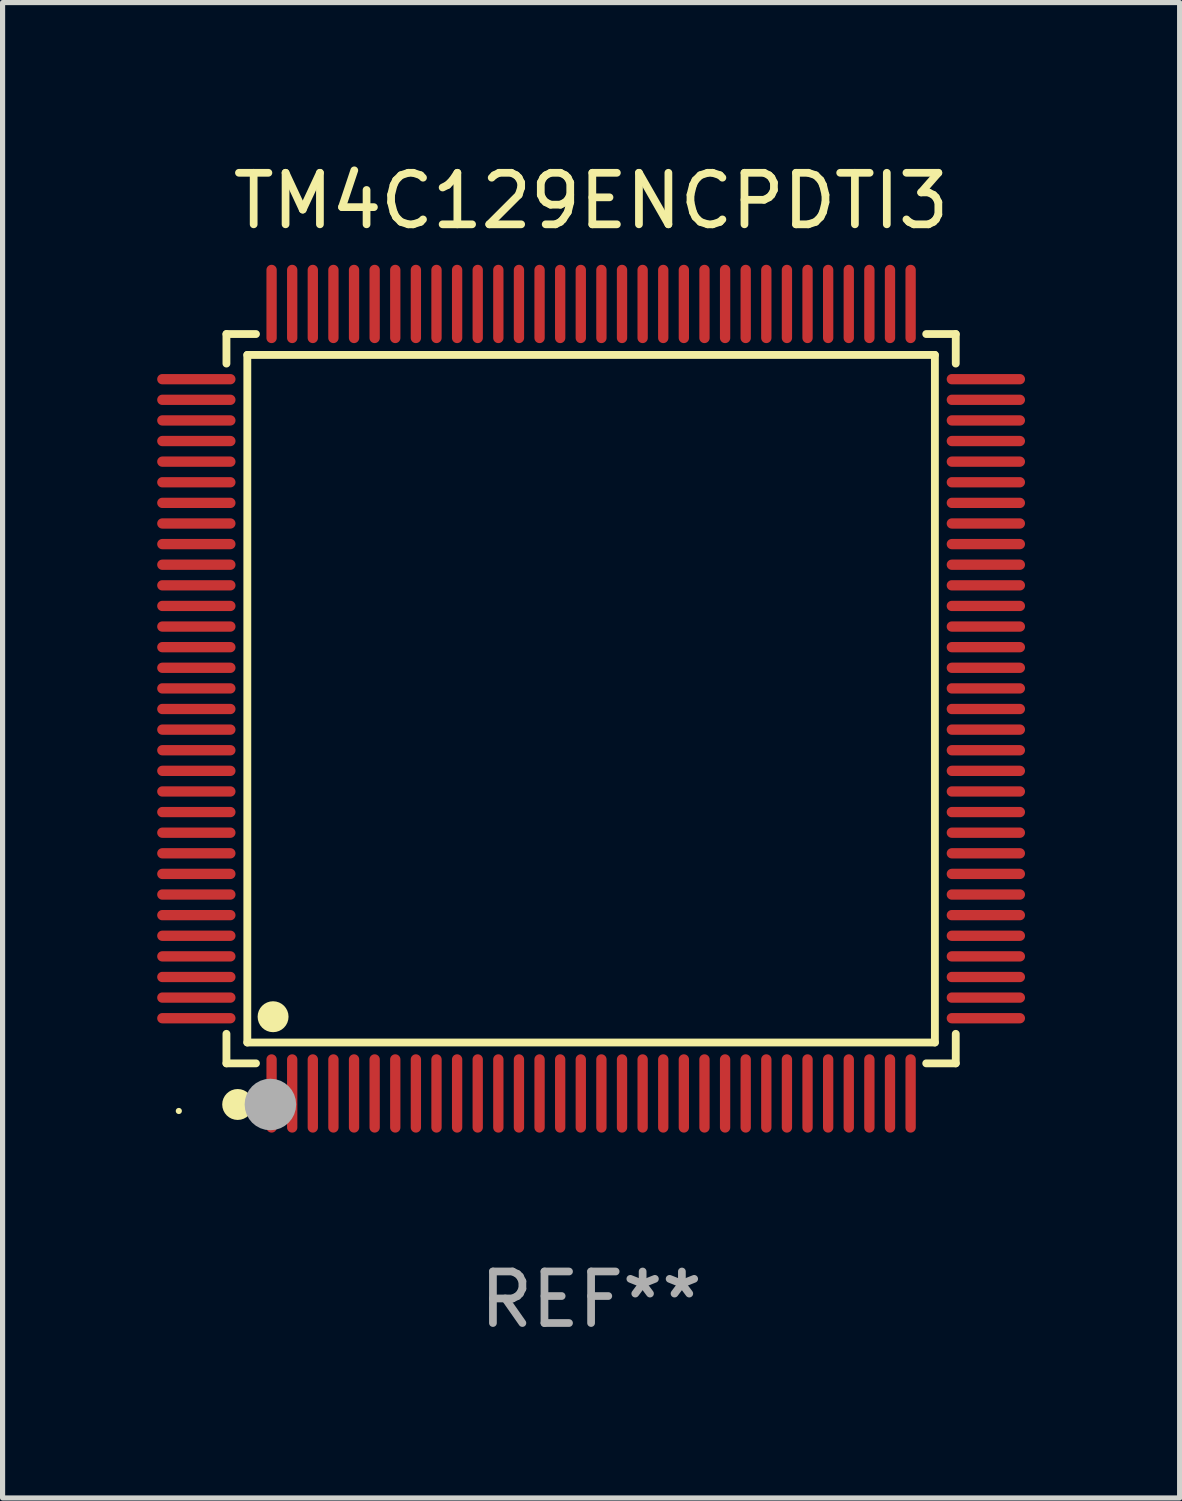
<source format=kicad_pcb>
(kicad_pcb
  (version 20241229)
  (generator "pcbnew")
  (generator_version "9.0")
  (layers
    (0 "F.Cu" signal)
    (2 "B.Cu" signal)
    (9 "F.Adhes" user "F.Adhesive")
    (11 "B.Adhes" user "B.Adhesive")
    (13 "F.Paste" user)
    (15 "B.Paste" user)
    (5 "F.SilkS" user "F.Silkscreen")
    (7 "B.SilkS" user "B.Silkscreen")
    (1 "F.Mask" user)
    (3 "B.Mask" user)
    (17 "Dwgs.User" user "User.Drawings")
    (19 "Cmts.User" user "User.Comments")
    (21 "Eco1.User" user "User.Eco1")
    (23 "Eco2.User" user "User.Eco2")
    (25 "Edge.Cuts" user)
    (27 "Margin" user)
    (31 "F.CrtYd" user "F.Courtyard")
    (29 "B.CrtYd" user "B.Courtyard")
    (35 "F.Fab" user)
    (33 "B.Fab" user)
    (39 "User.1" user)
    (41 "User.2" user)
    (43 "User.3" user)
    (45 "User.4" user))
  (footprint "TM4C129ENCPDTI3"
    (layer "F.Cu")
    (at 8.42 10.508)
    (property "Reference" "TM4C129ENCPDTI3" (at 0 -9.66 0) (layer "F.SilkS") (effects (font (size 1 1) (thickness 0.15))))
    (attr through_hole)
    (fp_line (start -7.076 -7.076) (end -6.503 -7.076) (stroke (width 0.152) (type solid)) (layer "F.SilkS"))
    (fp_line (start -7.076 -6.503) (end -7.076 -7.076) (stroke (width 0.152) (type solid)) (layer "F.SilkS"))
    (fp_line (start -7.076 6.503) (end -7.076 7.076) (stroke (width 0.152) (type solid)) (layer "F.SilkS"))
    (fp_line (start -7.076 7.076) (end -6.503 7.076) (stroke (width 0.152) (type solid)) (layer "F.SilkS"))
    (fp_line (start -6.671 -6.671) (end 6.671 -6.671) (stroke (width 0.152) (type solid)) (layer "F.SilkS"))
    (fp_line (start -6.671 6.671) (end -6.671 -6.671) (stroke (width 0.152) (type solid)) (layer "F.SilkS"))
    (fp_line (start 6.671 -6.671) (end 6.671 6.671) (stroke (width 0.152) (type solid)) (layer "F.SilkS"))
    (fp_line (start 6.671 6.671) (end -6.671 6.671) (stroke (width 0.152) (type solid)) (layer "F.SilkS"))
    (fp_line (start 7.076 -7.076) (end 6.503 -7.076) (stroke (width 0.152) (type solid)) (layer "F.SilkS"))
    (fp_line (start 7.076 -6.503) (end 7.076 -7.076) (stroke (width 0.152) (type solid)) (layer "F.SilkS"))
    (fp_line (start 7.076 6.503) (end 7.076 7.076) (stroke (width 0.152) (type solid)) (layer "F.SilkS"))
    (fp_line (start 7.076 7.076) (end 6.503 7.076) (stroke (width 0.152) (type solid)) (layer "F.SilkS"))
    (fp_circle (center -8 8) (end -7.97 8) (stroke (width 0.06) (type solid)) (fill no) (layer "F.SilkS"))
    (fp_circle (center -6.858 7.874) (end -6.708 7.874) (stroke (width 0.3) (type solid)) (fill no) (layer "F.SilkS"))
    (fp_circle (center -6.171 6.171) (end -6.021 6.171) (stroke (width 0.3) (type solid)) (fill no) (layer "F.SilkS"))
    (fp_circle (center -6.223 7.874) (end -5.973 7.874) (stroke (width 0.5) (type solid)) (fill no) (layer "F.Fab"))
    (fp_text user "REF**" (at 0 11.66 0) (layer "F.Fab") (effects (font (size 1 1) (thickness 0.15))))
    (pad "1" smd oval (at -6.2 7.66) (size 0.2 1.52) (layers "F.Cu" "F.Mask" "F.Paste"))
    (pad "2" smd oval (at -5.8 7.66) (size 0.2 1.52) (layers "F.Cu" "F.Mask" "F.Paste"))
    (pad "3" smd oval (at -5.4 7.66) (size 0.2 1.52) (layers "F.Cu" "F.Mask" "F.Paste"))
    (pad "4" smd oval (at -5 7.66) (size 0.2 1.52) (layers "F.Cu" "F.Mask" "F.Paste"))
    (pad "5" smd oval (at -4.6 7.66) (size 0.2 1.52) (layers "F.Cu" "F.Mask" "F.Paste"))
    (pad "6" smd oval (at -4.2 7.66) (size 0.2 1.52) (layers "F.Cu" "F.Mask" "F.Paste"))
    (pad "7" smd oval (at -3.8 7.66) (size 0.2 1.52) (layers "F.Cu" "F.Mask" "F.Paste"))
    (pad "8" smd oval (at -3.4 7.66) (size 0.2 1.52) (layers "F.Cu" "F.Mask" "F.Paste"))
    (pad "9" smd oval (at -3 7.66) (size 0.2 1.52) (layers "F.Cu" "F.Mask" "F.Paste"))
    (pad "10" smd oval (at -2.6 7.66) (size 0.2 1.52) (layers "F.Cu" "F.Mask" "F.Paste"))
    (pad "11" smd oval (at -2.2 7.66) (size 0.2 1.52) (layers "F.Cu" "F.Mask" "F.Paste"))
    (pad "12" smd oval (at -1.8 7.66) (size 0.2 1.52) (layers "F.Cu" "F.Mask" "F.Paste"))
    (pad "13" smd oval (at -1.4 7.66) (size 0.2 1.52) (layers "F.Cu" "F.Mask" "F.Paste"))
    (pad "14" smd oval (at -1 7.66) (size 0.2 1.52) (layers "F.Cu" "F.Mask" "F.Paste"))
    (pad "15" smd oval (at -0.6 7.66) (size 0.2 1.52) (layers "F.Cu" "F.Mask" "F.Paste"))
    (pad "16" smd oval (at -0.2 7.66) (size 0.2 1.52) (layers "F.Cu" "F.Mask" "F.Paste"))
    (pad "17" smd oval (at 0.2 7.66) (size 0.2 1.52) (layers "F.Cu" "F.Mask" "F.Paste"))
    (pad "18" smd oval (at 0.6 7.66) (size 0.2 1.52) (layers "F.Cu" "F.Mask" "F.Paste"))
    (pad "19" smd oval (at 1 7.66) (size 0.2 1.52) (layers "F.Cu" "F.Mask" "F.Paste"))
    (pad "20" smd oval (at 1.4 7.66) (size 0.2 1.52) (layers "F.Cu" "F.Mask" "F.Paste"))
    (pad "21" smd oval (at 1.8 7.66) (size 0.2 1.52) (layers "F.Cu" "F.Mask" "F.Paste"))
    (pad "22" smd oval (at 2.2 7.66) (size 0.2 1.52) (layers "F.Cu" "F.Mask" "F.Paste"))
    (pad "23" smd oval (at 2.6 7.66) (size 0.2 1.52) (layers "F.Cu" "F.Mask" "F.Paste"))
    (pad "24" smd oval (at 3 7.66) (size 0.2 1.52) (layers "F.Cu" "F.Mask" "F.Paste"))
    (pad "25" smd oval (at 3.4 7.66) (size 0.2 1.52) (layers "F.Cu" "F.Mask" "F.Paste"))
    (pad "26" smd oval (at 3.8 7.66) (size 0.2 1.52) (layers "F.Cu" "F.Mask" "F.Paste"))
    (pad "27" smd oval (at 4.2 7.66) (size 0.2 1.52) (layers "F.Cu" "F.Mask" "F.Paste"))
    (pad "28" smd oval (at 4.6 7.66) (size 0.2 1.52) (layers "F.Cu" "F.Mask" "F.Paste"))
    (pad "29" smd oval (at 5 7.66) (size 0.2 1.52) (layers "F.Cu" "F.Mask" "F.Paste"))
    (pad "30" smd oval (at 5.4 7.66) (size 0.2 1.52) (layers "F.Cu" "F.Mask" "F.Paste"))
    (pad "31" smd oval (at 5.8 7.66) (size 0.2 1.52) (layers "F.Cu" "F.Mask" "F.Paste"))
    (pad "32" smd oval (at 6.2 7.66) (size 0.2 1.52) (layers "F.Cu" "F.Mask" "F.Paste"))
    (pad "33" smd oval (at 7.66 6.2) (size 1.52 0.2) (layers "F.Cu" "F.Mask" "F.Paste"))
    (pad "34" smd oval (at 7.66 5.8) (size 1.52 0.2) (layers "F.Cu" "F.Mask" "F.Paste"))
    (pad "35" smd oval (at 7.66 5.4) (size 1.52 0.2) (layers "F.Cu" "F.Mask" "F.Paste"))
    (pad "36" smd oval (at 7.66 5) (size 1.52 0.2) (layers "F.Cu" "F.Mask" "F.Paste"))
    (pad "37" smd oval (at 7.66 4.6) (size 1.52 0.2) (layers "F.Cu" "F.Mask" "F.Paste"))
    (pad "38" smd oval (at 7.66 4.2) (size 1.52 0.2) (layers "F.Cu" "F.Mask" "F.Paste"))
    (pad "39" smd oval (at 7.66 3.8) (size 1.52 0.2) (layers "F.Cu" "F.Mask" "F.Paste"))
    (pad "40" smd oval (at 7.66 3.4) (size 1.52 0.2) (layers "F.Cu" "F.Mask" "F.Paste"))
    (pad "41" smd oval (at 7.66 3) (size 1.52 0.2) (layers "F.Cu" "F.Mask" "F.Paste"))
    (pad "42" smd oval (at 7.66 2.6) (size 1.52 0.2) (layers "F.Cu" "F.Mask" "F.Paste"))
    (pad "43" smd oval (at 7.66 2.2) (size 1.52 0.2) (layers "F.Cu" "F.Mask" "F.Paste"))
    (pad "44" smd oval (at 7.66 1.8) (size 1.52 0.2) (layers "F.Cu" "F.Mask" "F.Paste"))
    (pad "45" smd oval (at 7.66 1.4) (size 1.52 0.2) (layers "F.Cu" "F.Mask" "F.Paste"))
    (pad "46" smd oval (at 7.66 1) (size 1.52 0.2) (layers "F.Cu" "F.Mask" "F.Paste"))
    (pad "47" smd oval (at 7.66 0.6) (size 1.52 0.2) (layers "F.Cu" "F.Mask" "F.Paste"))
    (pad "48" smd oval (at 7.66 0.2) (size 1.52 0.2) (layers "F.Cu" "F.Mask" "F.Paste"))
    (pad "49" smd oval (at 7.66 -0.2) (size 1.52 0.2) (layers "F.Cu" "F.Mask" "F.Paste"))
    (pad "50" smd oval (at 7.66 -0.6) (size 1.52 0.2) (layers "F.Cu" "F.Mask" "F.Paste"))
    (pad "51" smd oval (at 7.66 -1) (size 1.52 0.2) (layers "F.Cu" "F.Mask" "F.Paste"))
    (pad "52" smd oval (at 7.66 -1.4) (size 1.52 0.2) (layers "F.Cu" "F.Mask" "F.Paste"))
    (pad "53" smd oval (at 7.66 -1.8) (size 1.52 0.2) (layers "F.Cu" "F.Mask" "F.Paste"))
    (pad "54" smd oval (at 7.66 -2.2) (size 1.52 0.2) (layers "F.Cu" "F.Mask" "F.Paste"))
    (pad "55" smd oval (at 7.66 -2.6) (size 1.52 0.2) (layers "F.Cu" "F.Mask" "F.Paste"))
    (pad "56" smd oval (at 7.66 -3) (size 1.52 0.2) (layers "F.Cu" "F.Mask" "F.Paste"))
    (pad "57" smd oval (at 7.66 -3.4) (size 1.52 0.2) (layers "F.Cu" "F.Mask" "F.Paste"))
    (pad "58" smd oval (at 7.66 -3.8) (size 1.52 0.2) (layers "F.Cu" "F.Mask" "F.Paste"))
    (pad "59" smd oval (at 7.66 -4.2) (size 1.52 0.2) (layers "F.Cu" "F.Mask" "F.Paste"))
    (pad "60" smd oval (at 7.66 -4.6) (size 1.52 0.2) (layers "F.Cu" "F.Mask" "F.Paste"))
    (pad "61" smd oval (at 7.66 -5) (size 1.52 0.2) (layers "F.Cu" "F.Mask" "F.Paste"))
    (pad "62" smd oval (at 7.66 -5.4) (size 1.52 0.2) (layers "F.Cu" "F.Mask" "F.Paste"))
    (pad "63" smd oval (at 7.66 -5.8) (size 1.52 0.2) (layers "F.Cu" "F.Mask" "F.Paste"))
    (pad "64" smd oval (at 7.66 -6.2) (size 1.52 0.2) (layers "F.Cu" "F.Mask" "F.Paste"))
    (pad "65" smd oval (at 6.2 -7.66) (size 0.2 1.52) (layers "F.Cu" "F.Mask" "F.Paste"))
    (pad "66" smd oval (at 5.8 -7.66) (size 0.2 1.52) (layers "F.Cu" "F.Mask" "F.Paste"))
    (pad "67" smd oval (at 5.4 -7.66) (size 0.2 1.52) (layers "F.Cu" "F.Mask" "F.Paste"))
    (pad "68" smd oval (at 5 -7.66) (size 0.2 1.52) (layers "F.Cu" "F.Mask" "F.Paste"))
    (pad "69" smd oval (at 4.6 -7.66) (size 0.2 1.52) (layers "F.Cu" "F.Mask" "F.Paste"))
    (pad "70" smd oval (at 4.2 -7.66) (size 0.2 1.52) (layers "F.Cu" "F.Mask" "F.Paste"))
    (pad "71" smd oval (at 3.8 -7.66) (size 0.2 1.52) (layers "F.Cu" "F.Mask" "F.Paste"))
    (pad "72" smd oval (at 3.4 -7.66) (size 0.2 1.52) (layers "F.Cu" "F.Mask" "F.Paste"))
    (pad "73" smd oval (at 3 -7.66) (size 0.2 1.52) (layers "F.Cu" "F.Mask" "F.Paste"))
    (pad "74" smd oval (at 2.6 -7.66) (size 0.2 1.52) (layers "F.Cu" "F.Mask" "F.Paste"))
    (pad "75" smd oval (at 2.2 -7.66) (size 0.2 1.52) (layers "F.Cu" "F.Mask" "F.Paste"))
    (pad "76" smd oval (at 1.8 -7.66) (size 0.2 1.52) (layers "F.Cu" "F.Mask" "F.Paste"))
    (pad "77" smd oval (at 1.4 -7.66) (size 0.2 1.52) (layers "F.Cu" "F.Mask" "F.Paste"))
    (pad "78" smd oval (at 1 -7.66) (size 0.2 1.52) (layers "F.Cu" "F.Mask" "F.Paste"))
    (pad "79" smd oval (at 0.6 -7.66) (size 0.2 1.52) (layers "F.Cu" "F.Mask" "F.Paste"))
    (pad "80" smd oval (at 0.2 -7.66) (size 0.2 1.52) (layers "F.Cu" "F.Mask" "F.Paste"))
    (pad "81" smd oval (at -0.2 -7.66) (size 0.2 1.52) (layers "F.Cu" "F.Mask" "F.Paste"))
    (pad "82" smd oval (at -0.6 -7.66) (size 0.2 1.52) (layers "F.Cu" "F.Mask" "F.Paste"))
    (pad "83" smd oval (at -1 -7.66) (size 0.2 1.52) (layers "F.Cu" "F.Mask" "F.Paste"))
    (pad "84" smd oval (at -1.4 -7.66) (size 0.2 1.52) (layers "F.Cu" "F.Mask" "F.Paste"))
    (pad "85" smd oval (at -1.8 -7.66) (size 0.2 1.52) (layers "F.Cu" "F.Mask" "F.Paste"))
    (pad "86" smd oval (at -2.2 -7.66) (size 0.2 1.52) (layers "F.Cu" "F.Mask" "F.Paste"))
    (pad "87" smd oval (at -2.6 -7.66) (size 0.2 1.52) (layers "F.Cu" "F.Mask" "F.Paste"))
    (pad "88" smd oval (at -3 -7.66) (size 0.2 1.52) (layers "F.Cu" "F.Mask" "F.Paste"))
    (pad "89" smd oval (at -3.4 -7.66) (size 0.2 1.52) (layers "F.Cu" "F.Mask" "F.Paste"))
    (pad "90" smd oval (at -3.8 -7.66) (size 0.2 1.52) (layers "F.Cu" "F.Mask" "F.Paste"))
    (pad "91" smd oval (at -4.2 -7.66) (size 0.2 1.52) (layers "F.Cu" "F.Mask" "F.Paste"))
    (pad "92" smd oval (at -4.6 -7.66) (size 0.2 1.52) (layers "F.Cu" "F.Mask" "F.Paste"))
    (pad "93" smd oval (at -5 -7.66) (size 0.2 1.52) (layers "F.Cu" "F.Mask" "F.Paste"))
    (pad "94" smd oval (at -5.4 -7.66) (size 0.2 1.52) (layers "F.Cu" "F.Mask" "F.Paste"))
    (pad "95" smd oval (at -5.8 -7.66) (size 0.2 1.52) (layers "F.Cu" "F.Mask" "F.Paste"))
    (pad "96" smd oval (at -6.2 -7.66) (size 0.2 1.52) (layers "F.Cu" "F.Mask" "F.Paste"))
    (pad "97" smd oval (at -7.66 -6.2) (size 1.52 0.2) (layers "F.Cu" "F.Mask" "F.Paste"))
    (pad "98" smd oval (at -7.66 -5.8) (size 1.52 0.2) (layers "F.Cu" "F.Mask" "F.Paste"))
    (pad "99" smd oval (at -7.66 -5.4) (size 1.52 0.2) (layers "F.Cu" "F.Mask" "F.Paste"))
    (pad "100" smd oval (at -7.66 -5) (size 1.52 0.2) (layers "F.Cu" "F.Mask" "F.Paste"))
    (pad "101" smd oval (at -7.66 -4.6) (size 1.52 0.2) (layers "F.Cu" "F.Mask" "F.Paste"))
    (pad "102" smd oval (at -7.66 -4.2) (size 1.52 0.2) (layers "F.Cu" "F.Mask" "F.Paste"))
    (pad "103" smd oval (at -7.66 -3.8) (size 1.52 0.2) (layers "F.Cu" "F.Mask" "F.Paste"))
    (pad "104" smd oval (at -7.66 -3.4) (size 1.52 0.2) (layers "F.Cu" "F.Mask" "F.Paste"))
    (pad "105" smd oval (at -7.66 -3) (size 1.52 0.2) (layers "F.Cu" "F.Mask" "F.Paste"))
    (pad "106" smd oval (at -7.66 -2.6) (size 1.52 0.2) (layers "F.Cu" "F.Mask" "F.Paste"))
    (pad "107" smd oval (at -7.66 -2.2) (size 1.52 0.2) (layers "F.Cu" "F.Mask" "F.Paste"))
    (pad "108" smd oval (at -7.66 -1.8) (size 1.52 0.2) (layers "F.Cu" "F.Mask" "F.Paste"))
    (pad "109" smd oval (at -7.66 -1.4) (size 1.52 0.2) (layers "F.Cu" "F.Mask" "F.Paste"))
    (pad "110" smd oval (at -7.66 -1) (size 1.52 0.2) (layers "F.Cu" "F.Mask" "F.Paste"))
    (pad "111" smd oval (at -7.66 -0.6) (size 1.52 0.2) (layers "F.Cu" "F.Mask" "F.Paste"))
    (pad "112" smd oval (at -7.66 -0.2) (size 1.52 0.2) (layers "F.Cu" "F.Mask" "F.Paste"))
    (pad "113" smd oval (at -7.66 0.2) (size 1.52 0.2) (layers "F.Cu" "F.Mask" "F.Paste"))
    (pad "114" smd oval (at -7.66 0.6) (size 1.52 0.2) (layers "F.Cu" "F.Mask" "F.Paste"))
    (pad "115" smd oval (at -7.66 1) (size 1.52 0.2) (layers "F.Cu" "F.Mask" "F.Paste"))
    (pad "116" smd oval (at -7.66 1.4) (size 1.52 0.2) (layers "F.Cu" "F.Mask" "F.Paste"))
    (pad "117" smd oval (at -7.66 1.8) (size 1.52 0.2) (layers "F.Cu" "F.Mask" "F.Paste"))
    (pad "118" smd oval (at -7.66 2.2) (size 1.52 0.2) (layers "F.Cu" "F.Mask" "F.Paste"))
    (pad "119" smd oval (at -7.66 2.6) (size 1.52 0.2) (layers "F.Cu" "F.Mask" "F.Paste"))
    (pad "120" smd oval (at -7.66 3) (size 1.52 0.2) (layers "F.Cu" "F.Mask" "F.Paste"))
    (pad "121" smd oval (at -7.66 3.4) (size 1.52 0.2) (layers "F.Cu" "F.Mask" "F.Paste"))
    (pad "122" smd oval (at -7.66 3.8) (size 1.52 0.2) (layers "F.Cu" "F.Mask" "F.Paste"))
    (pad "123" smd oval (at -7.66 4.2) (size 1.52 0.2) (layers "F.Cu" "F.Mask" "F.Paste"))
    (pad "124" smd oval (at -7.66 4.6) (size 1.52 0.2) (layers "F.Cu" "F.Mask" "F.Paste"))
    (pad "125" smd oval (at -7.66 5) (size 1.52 0.2) (layers "F.Cu" "F.Mask" "F.Paste"))
    (pad "126" smd oval (at -7.66 5.4) (size 1.52 0.2) (layers "F.Cu" "F.Mask" "F.Paste"))
    (pad "127" smd oval (at -7.66 5.8) (size 1.52 0.2) (layers "F.Cu" "F.Mask" "F.Paste"))
    (pad "128" smd oval (at -7.66 6.2) (size 1.52 0.2) (layers "F.Cu" "F.Mask" "F.Paste")))
  (gr_rect
    (start -3 -3)
    (end 19.84 26.017)
    (stroke (width 0.1) (type default))
    (fill no)
    (layer "Edge.Cuts")))
</source>
